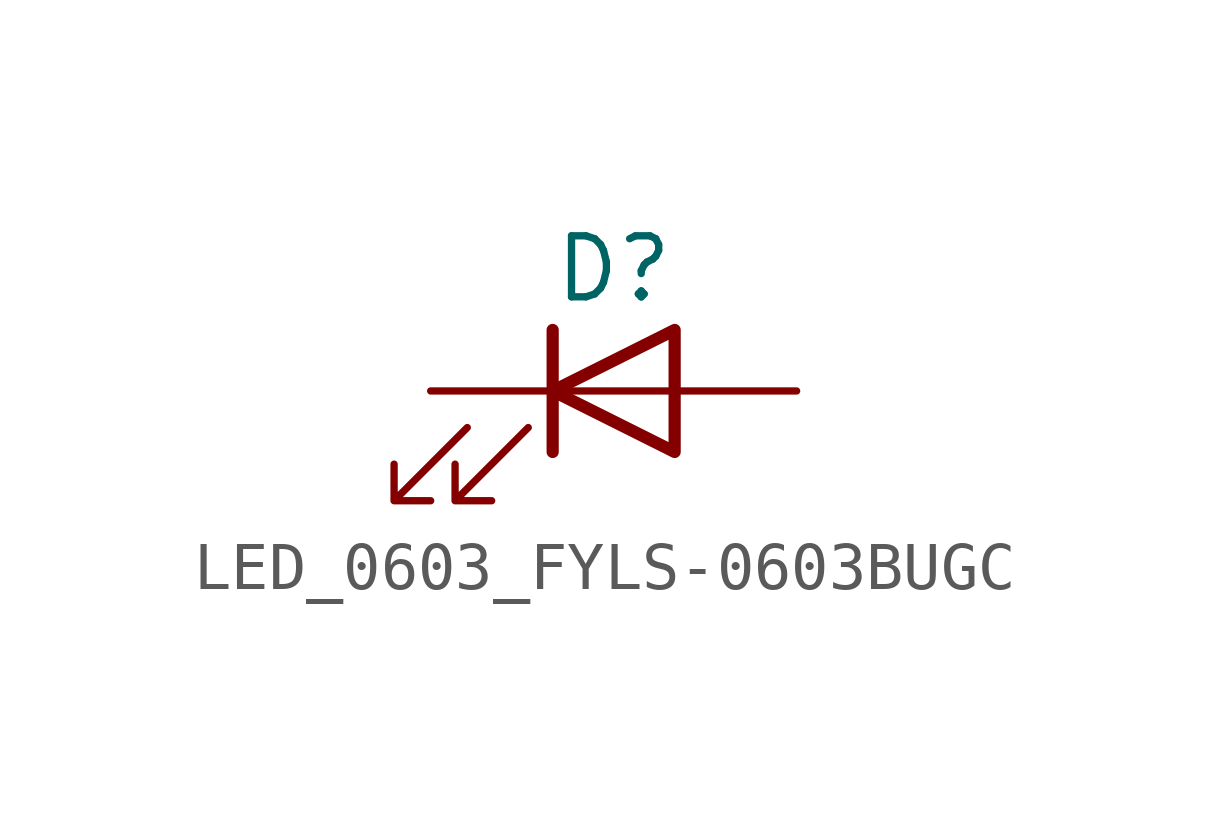
<source format=kicad_sym>
(kicad_symbol_lib
  (version 20220914)
  (generator kicad_symbol_editor)
  (symbol "LED_0603_FYLS-0603BUGC"
    (pin_numbers hide)
    (pin_names
      (offset 1.016) hide)
    (property "Reference" "D"
      (at 0 2.54 0)
      (effects (font (size 1.27 1.27))))
    (symbol "LED_0603_FYLS-0603BUGC_0_1"
      (polyline (pts (xy -1.27 -1.27) (xy -1.27 1.27)) (stroke (width 0.254) (type default)) (fill (type none)))
      (polyline (pts (xy -1.27 0) (xy 1.27 0)) (stroke (width 0) (type default)) (fill (type none)))
      (polyline (pts (xy 1.27 -1.27) (xy 1.27 1.27) (xy -1.27 0) (xy 1.27 -1.27)) (stroke (width 0.254) (type default)) (fill (type none)))
      (polyline (pts (xy -3.048 -0.762) (xy -4.572 -2.286) (xy -3.81 -2.286) (xy -4.572 -2.286) (xy -4.572 -1.524)) (stroke (width 0) (type default)) (fill (type none)))
      (polyline (pts (xy -1.778 -0.762) (xy -3.302 -2.286) (xy -2.54 -2.286) (xy -3.302 -2.286) (xy -3.302 -1.524)) (stroke (width 0) (type default)) (fill (type none))))
    (symbol "LED_0603_FYLS-0603BUGC_1_1"
      (pin passive line (at -3.81 0 0) (length 2.54) (name "K" (effects (font (size 1.27 1.27)))) (number "1" (effects (font (size 1.27 1.27)))))
      (pin passive line (at 3.81 0 180) (length 2.54) (name "A" (effects (font (size 1.27 1.27)))) (number "2" (effects (font (size 1.27 1.27))))))))
</source>
